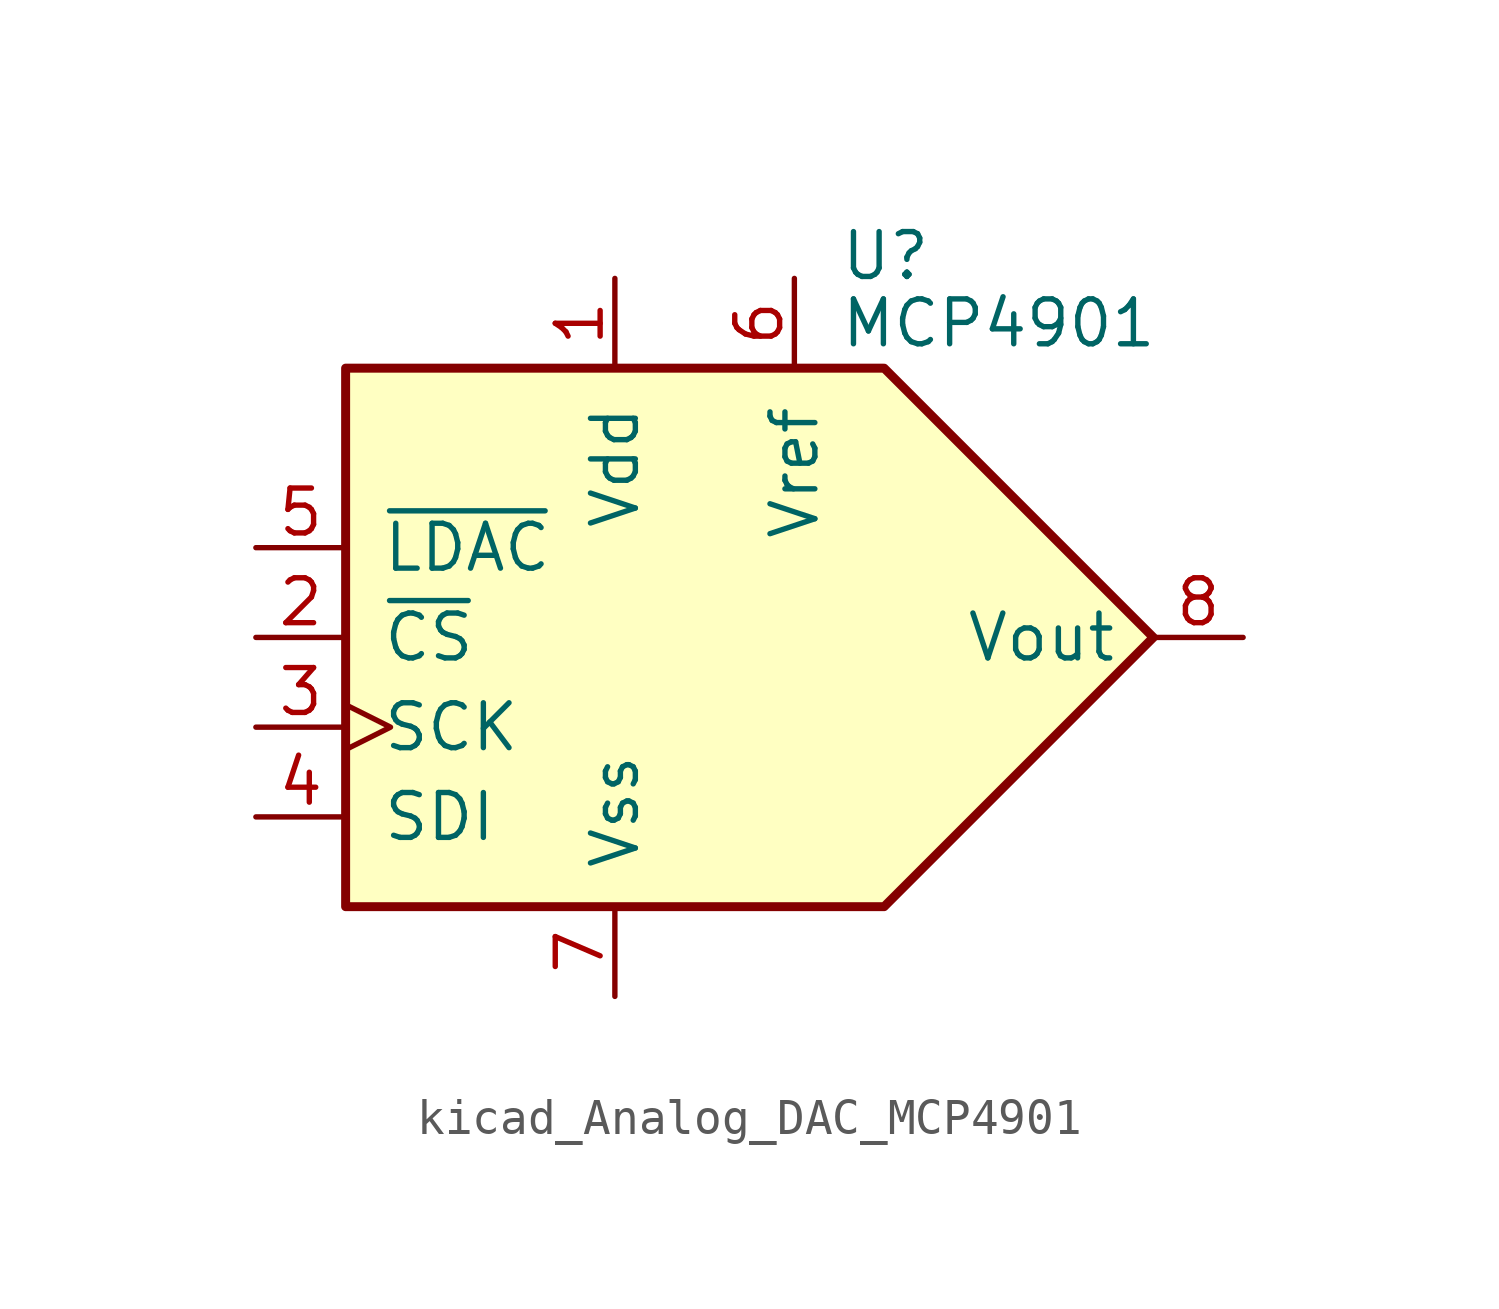
<source format=kicad_sym>
(kicad_symbol_lib
  (version 20220914)
  (generator kicad_symbol_editor)
  (symbol "kicad_Analog_DAC_MCP4901"
    (pin_names
      (offset 1.016))
    (property "Reference" "U"
      (at 6.35 10.795 0)
      (effects (font (size 1.27 1.27)) (justify left)))
    (property "Value" "MCP4901"
      (at 6.35 8.89 0)
      (effects (font (size 1.27 1.27)) (justify left)))
    (symbol "kicad_Analog_DAC_MCP4901_0_0"
      (polyline (pts (xy 15.24 0) (xy 7.62 7.62) (xy -7.62 7.62) (xy -7.62 -7.62) (xy 7.62 -7.62) (xy 15.24 0)) (stroke (width 0.254) (type default)) (fill (type background))))
    (symbol "kicad_Analog_DAC_MCP4901_1_1"
      (pin power_in line (at 0 10.16 270) (length 2.54) (name "Vdd" (effects (font (size 1.27 1.27)))) (number "1" (effects (font (size 1.27 1.27)))))
      (pin input line (at -10.16 0 0) (length 2.54) (name "~{CS}" (effects (font (size 1.27 1.27)))) (number "2" (effects (font (size 1.27 1.27)))))
      (pin input clock (at -10.16 -2.54 0) (length 2.54) (name "SCK" (effects (font (size 1.27 1.27)))) (number "3" (effects (font (size 1.27 1.27)))))
      (pin input line (at -10.16 -5.08 0) (length 2.54) (name "SDI" (effects (font (size 1.27 1.27)))) (number "4" (effects (font (size 1.27 1.27)))))
      (pin input line (at -10.16 2.54 0) (length 2.54) (name "~{LDAC}" (effects (font (size 1.27 1.27)))) (number "5" (effects (font (size 1.27 1.27)))))
      (pin power_in line (at 5.08 10.16 270) (length 2.54) (name "Vref" (effects (font (size 1.27 1.27)))) (number "6" (effects (font (size 1.27 1.27)))))
      (pin power_in line (at 0 -10.16 90) (length 2.54) (name "Vss" (effects (font (size 1.27 1.27)))) (number "7" (effects (font (size 1.27 1.27)))))
      (pin output line (at 17.78 0 180) (length 2.54) (name "Vout" (effects (font (size 1.27 1.27)))) (number "8" (effects (font (size 1.27 1.27))))))))
</source>
